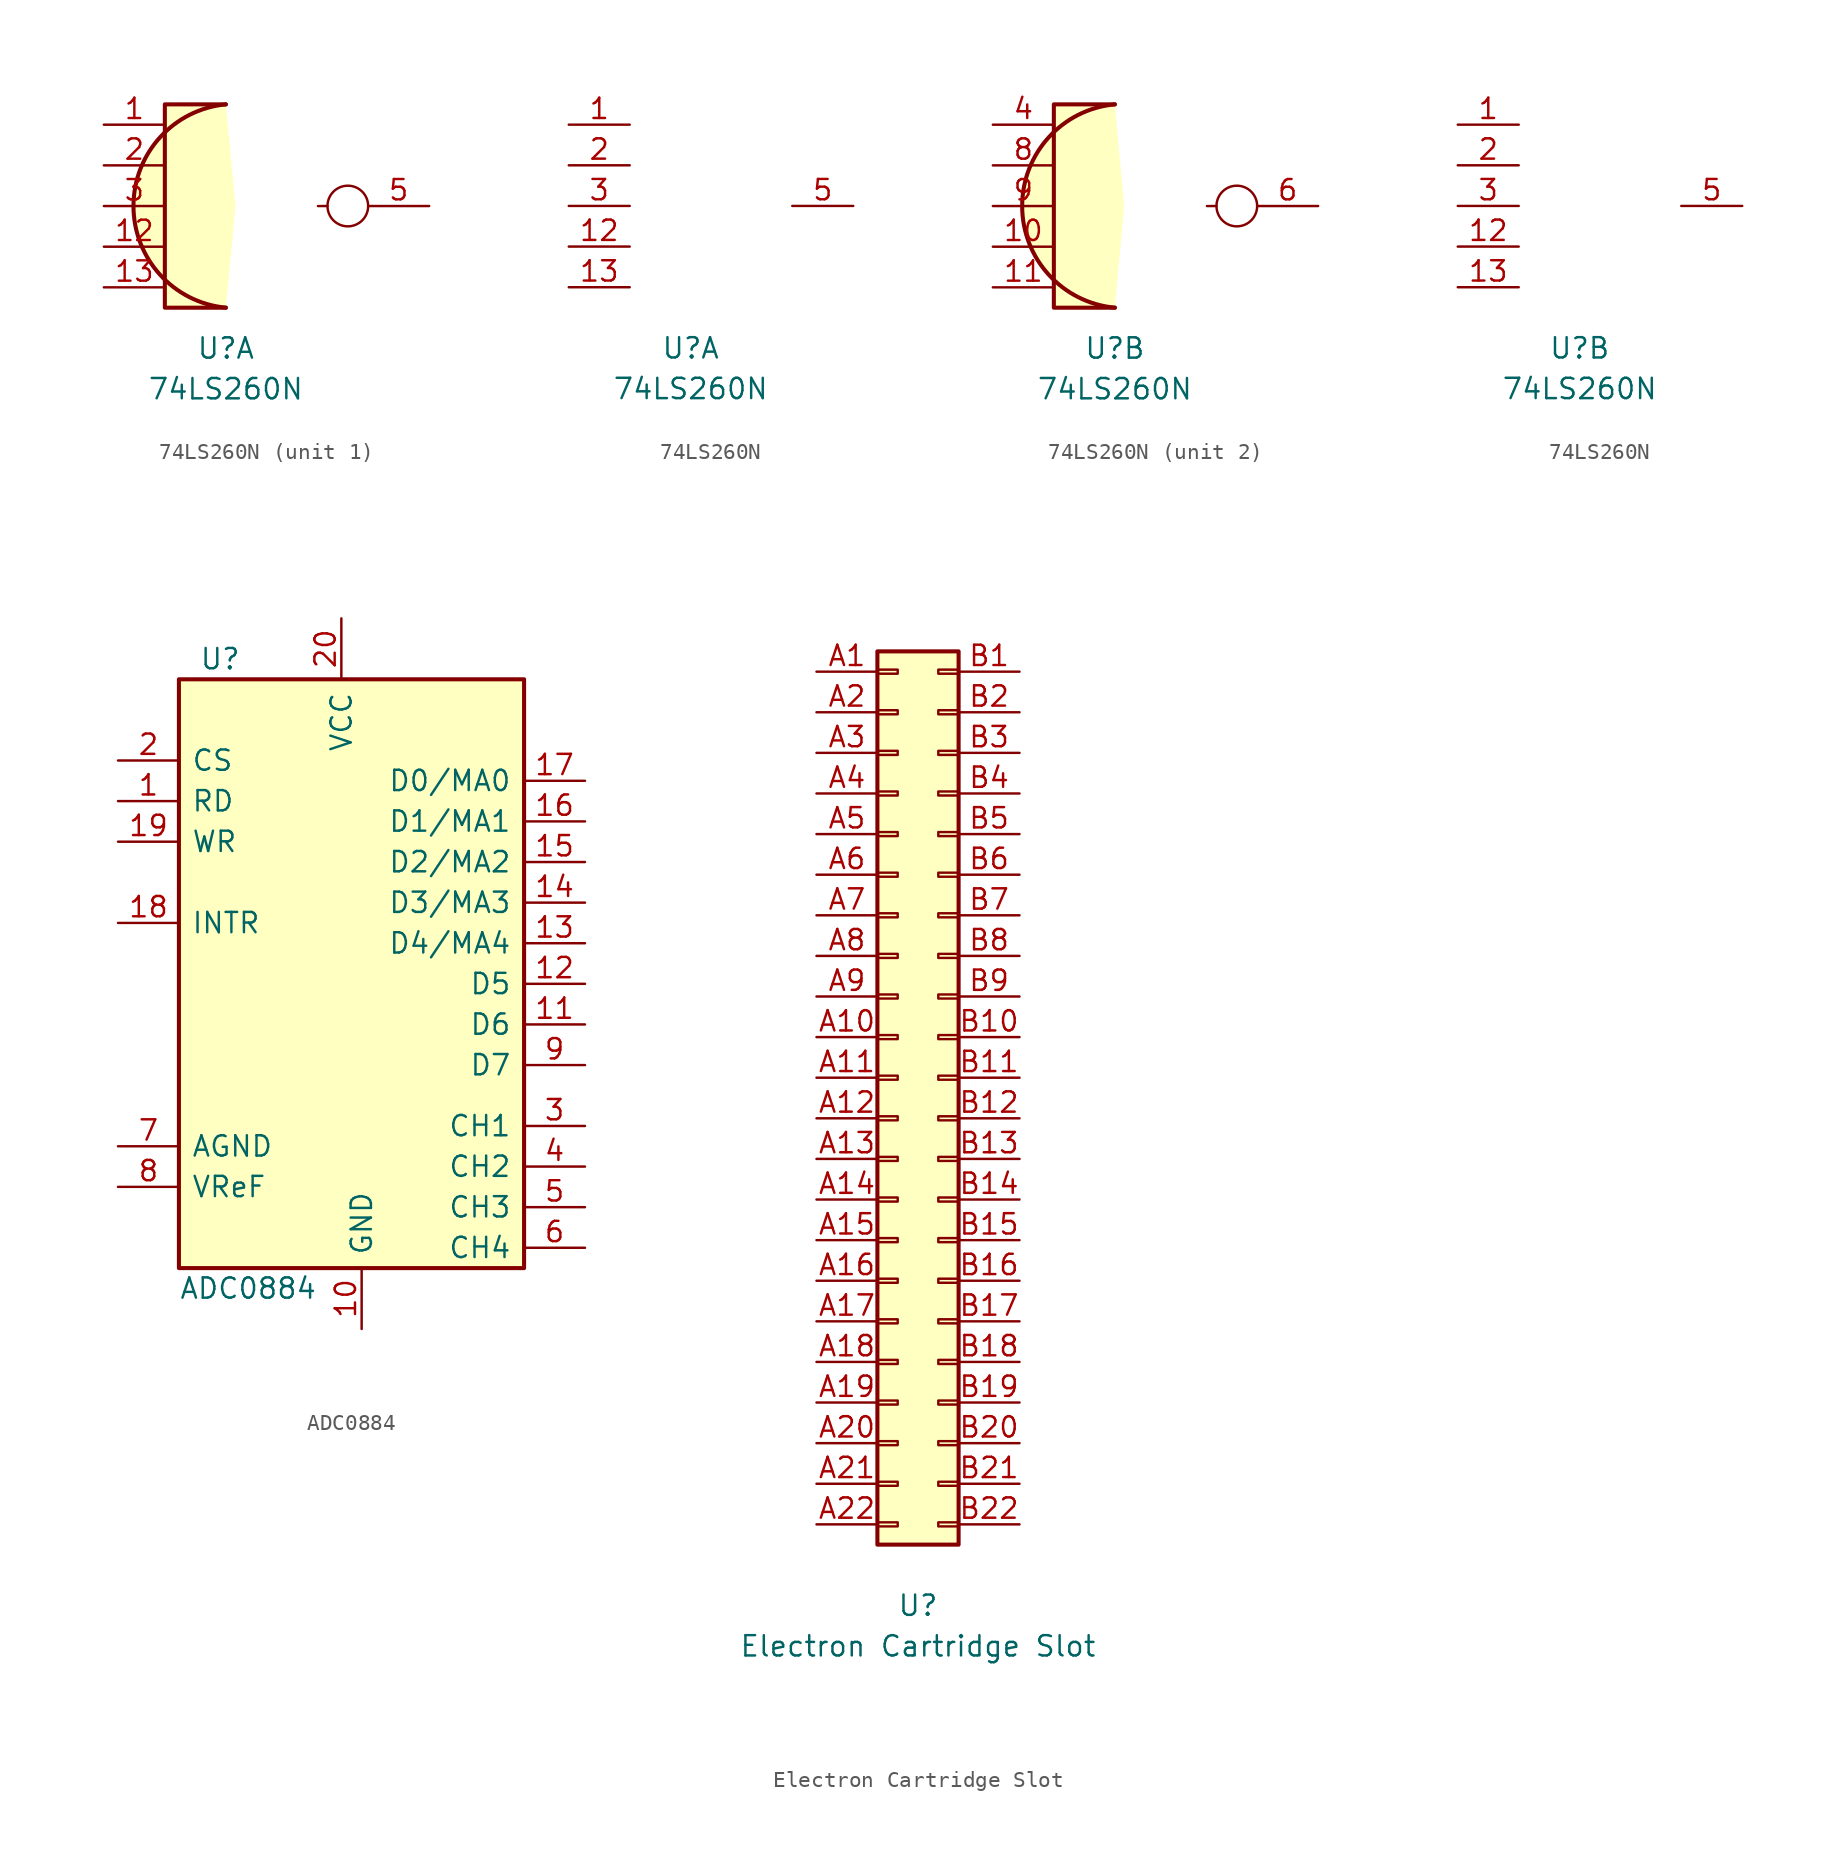
<source format=kicad_sym>
(kicad_symbol_lib
  (version 20211014)
  (generator kicad_symbol_editor)
  (symbol "74LS260N"
    (property "Reference" "U"
      (at 0 -3.81 0)
      (effects (font (size 1.27 1.27))))
    (property "Value" "74LS260N"
      (at 0 -6.35 0)
      (effects (font (size 1.27 1.27))))
    (symbol "74LS260N_0_1"
      (polyline (pts (xy 6.35 5.08) (xy 5.755 5.077)) (stroke (width 0) (type default) (color 0 0 0 0)) (fill (type none)))
      (circle (center 7.62 5.08) (radius 1.27) (stroke (width 0) (type default) (color 0 0 0 0)) (fill (type none))))
    (symbol "74LS260N_1_1"
      (polyline (pts (xy 0 11.43) (xy -3.81 11.43) (xy -3.81 -1.27) (xy 0 -1.27)) (stroke (width 0.254) (type default) (color 0 0 0 0)) (fill (type background)))
      (arc (start 0 11.43) (mid -6.9889 5.08) (end 0 -1.27) (stroke (width 0.254) (type default) (color 0 0 0 0)) (fill (type background)))
      (pin input line (at -7.62 10.16 0) (length 3.81) (name "~" (effects (font (size 1.27 1.27)))) (number "1" (effects (font (size 1.27 1.27)))) (alternate "4" input line))
      (pin input line (at -7.62 2.54 0) (length 3.81) (name "~" (effects (font (size 1.27 1.27)))) (number "12" (effects (font (size 1.27 1.27)))) (alternate "10" input line))
      (pin input line (at -7.62 0 0) (length 3.81) (name "~" (effects (font (size 1.27 1.27)))) (number "13" (effects (font (size 1.27 1.27)))) (alternate "11" input line))
      (pin input line (at -7.62 7.62 0) (length 3.81) (name "~" (effects (font (size 1.27 1.27)))) (number "2" (effects (font (size 1.27 1.27)))) (alternate "8" input line))
      (pin input line (at -7.62 5.08 0) (length 3.81) (name "~" (effects (font (size 1.27 1.27)))) (number "3" (effects (font (size 1.27 1.27)))) (alternate "9" input line))
      (pin output line (at 12.7 5.08 180) (length 3.81) (name "" (effects (font (size 1.27 1.27)))) (number "5" (effects (font (size 1.27 1.27))))))
    (symbol "74LS260N_1_2"
      (pin input line (at -7.62 10.16 0) (length 3.81) (name "~" (effects (font (size 1.27 1.27)))) (number "1" (effects (font (size 1.27 1.27)))) (alternate "4" input line))
      (pin input line (at -7.62 2.54 0) (length 3.81) (name "~" (effects (font (size 1.27 1.27)))) (number "12" (effects (font (size 1.27 1.27)))) (alternate "10" input line))
      (pin input line (at -7.62 0 0) (length 3.81) (name "~" (effects (font (size 1.27 1.27)))) (number "13" (effects (font (size 1.27 1.27)))) (alternate "11" input line))
      (pin input line (at -7.62 7.62 0) (length 3.81) (name "~" (effects (font (size 1.27 1.27)))) (number "2" (effects (font (size 1.27 1.27)))) (alternate "8" input line))
      (pin input line (at -7.62 5.08 0) (length 3.81) (name "~" (effects (font (size 1.27 1.27)))) (number "3" (effects (font (size 1.27 1.27)))) (alternate "9" input line))
      (pin output line (at 10.16 5.08 180) (length 3.81) (name "~" (effects (font (size 1.27 1.27)))) (number "5" (effects (font (size 1.27 1.27)))) (alternate "6" output line)))
    (symbol "74LS260N_2_1"
      (polyline (pts (xy 0 11.43) (xy -3.81 11.43) (xy -3.81 -1.27) (xy 0 -1.27)) (stroke (width 0.254) (type default) (color 0 0 0 0)) (fill (type background)))
      (arc (start 0 11.43) (mid -6.9656 5.08) (end 0 -1.27) (stroke (width 0.254) (type default) (color 0 0 0 0)) (fill (type background)))
      (pin input line (at -7.62 2.54 0) (length 3.81) (name "~" (effects (font (size 1.27 1.27)))) (number "10" (effects (font (size 1.27 1.27)))) (alternate "10" input line))
      (pin input line (at -7.62 0 0) (length 3.81) (name "~" (effects (font (size 1.27 1.27)))) (number "11" (effects (font (size 1.27 1.27)))) (alternate "11" input line))
      (pin input line (at -7.62 10.16 0) (length 3.81) (name "~" (effects (font (size 1.27 1.27)))) (number "4" (effects (font (size 1.27 1.27)))) (alternate "4" input line))
      (pin output line (at 12.7 5.08 180) (length 3.81) (name "" (effects (font (size 1.27 1.27)))) (number "6" (effects (font (size 1.27 1.27)))))
      (pin input line (at -7.62 7.62 0) (length 3.81) (name "~" (effects (font (size 1.27 1.27)))) (number "8" (effects (font (size 1.27 1.27)))) (alternate "8" input line))
      (pin input line (at -7.62 5.08 0) (length 3.81) (name "~" (effects (font (size 1.27 1.27)))) (number "9" (effects (font (size 1.27 1.27)))) (alternate "9" input line)))
    (symbol "74LS260N_2_2"
      (pin input line (at -7.62 10.16 0) (length 3.81) (name "~" (effects (font (size 1.27 1.27)))) (number "1" (effects (font (size 1.27 1.27)))))
      (pin input line (at -7.62 2.54 0) (length 3.81) (name "~" (effects (font (size 1.27 1.27)))) (number "12" (effects (font (size 1.27 1.27)))))
      (pin input line (at -7.62 0 0) (length 3.81) (name "~" (effects (font (size 1.27 1.27)))) (number "13" (effects (font (size 1.27 1.27)))))
      (pin input line (at -7.62 7.62 0) (length 3.81) (name "~" (effects (font (size 1.27 1.27)))) (number "2" (effects (font (size 1.27 1.27)))))
      (pin input line (at -7.62 5.08 0) (length 3.81) (name "~" (effects (font (size 1.27 1.27)))) (number "3" (effects (font (size 1.27 1.27)))))
      (pin output line (at 10.16 5.08 180) (length 3.81) (name "~" (effects (font (size 1.27 1.27)))) (number "5" (effects (font (size 1.27 1.27)))))))
  (symbol "ADC0884"
    (pin_names
      (offset 0.762))
    (property "Reference" "U"
      (at -6.35 17.78 0)
      (effects (font (size 1.27 1.27)) (justify left)))
    (property "Value" "ADC0884"
      (at -7.62 -21.59 0)
      (effects (font (size 1.27 1.27)) (justify left)))
    (symbol "ADC0884_0_1"
      (rectangle (start -7.62 16.51) (end 13.97 -20.32) (stroke (width 0.254) (type default) (color 0 0 0 0)) (fill (type background))))
    (symbol "ADC0884_1_1"
      (pin input line (at -11.43 8.89 0) (length 3.81) (name "RD" (effects (font (size 1.27 1.27)))) (number "1" (effects (font (size 1.27 1.27)))))
      (pin power_in line (at 3.81 -24.13 90) (length 3.81) (name "GND" (effects (font (size 1.27 1.27)))) (number "10" (effects (font (size 1.27 1.27)))))
      (pin output line (at 17.78 -5.08 180) (length 3.81) (name "D6" (effects (font (size 1.27 1.27)))) (number "11" (effects (font (size 1.27 1.27)))))
      (pin output line (at 17.78 -2.54 180) (length 3.81) (name "D5" (effects (font (size 1.27 1.27)))) (number "12" (effects (font (size 1.27 1.27)))))
      (pin output line (at 17.78 0 180) (length 3.81) (name "D4/MA4" (effects (font (size 1.27 1.27)))) (number "13" (effects (font (size 1.27 1.27)))))
      (pin output line (at 17.78 2.54 180) (length 3.81) (name "D3/MA3" (effects (font (size 1.27 1.27)))) (number "14" (effects (font (size 1.27 1.27)))))
      (pin output line (at 17.78 5.08 180) (length 3.81) (name "D2/MA2" (effects (font (size 1.27 1.27)))) (number "15" (effects (font (size 1.27 1.27)))))
      (pin output line (at 17.78 7.62 180) (length 3.81) (name "D1/MA1" (effects (font (size 1.27 1.27)))) (number "16" (effects (font (size 1.27 1.27)))))
      (pin output line (at 17.78 10.16 180) (length 3.81) (name "D0/MA0" (effects (font (size 1.27 1.27)))) (number "17" (effects (font (size 1.27 1.27)))))
      (pin output line (at -11.43 1.27 0) (length 3.81) (name "INTR" (effects (font (size 1.27 1.27)))) (number "18" (effects (font (size 1.27 1.27)))))
      (pin input line (at -11.43 6.35 0) (length 3.81) (name "WR" (effects (font (size 1.27 1.27)))) (number "19" (effects (font (size 1.27 1.27)))))
      (pin input line (at -11.43 11.43 0) (length 3.81) (name "CS" (effects (font (size 1.27 1.27)))) (number "2" (effects (font (size 1.27 1.27)))))
      (pin power_in line (at 2.54 20.32 270) (length 3.81) (name "VCC" (effects (font (size 1.27 1.27)))) (number "20" (effects (font (size 1.27 1.27)))))
      (pin input line (at 17.78 -11.43 180) (length 3.81) (name "CH1" (effects (font (size 1.27 1.27)))) (number "3" (effects (font (size 1.27 1.27)))))
      (pin input line (at 17.78 -13.97 180) (length 3.81) (name "CH2" (effects (font (size 1.27 1.27)))) (number "4" (effects (font (size 1.27 1.27)))))
      (pin input line (at 17.78 -16.51 180) (length 3.81) (name "CH3" (effects (font (size 1.27 1.27)))) (number "5" (effects (font (size 1.27 1.27)))))
      (pin input line (at 17.78 -19.05 180) (length 3.81) (name "CH4" (effects (font (size 1.27 1.27)))) (number "6" (effects (font (size 1.27 1.27)))))
      (pin power_in line (at -11.43 -12.7 0) (length 3.81) (name "AGND" (effects (font (size 1.27 1.27)))) (number "7" (effects (font (size 1.27 1.27)))))
      (pin power_in line (at -11.43 -15.24 0) (length 3.81) (name "VReF" (effects (font (size 1.27 1.27)))) (number "8" (effects (font (size 1.27 1.27)))))
      (pin output line (at 17.78 -7.62 180) (length 3.81) (name "D7" (effects (font (size 1.27 1.27)))) (number "9" (effects (font (size 1.27 1.27)))))))
  (symbol "Electron Cartridge Slot"
    (pin_names hide)
    (property "Reference" "U"
      (at 0 0 0)
      (effects (font (size 1.27 1.27))))
    (property "Value" "Electron Cartridge Slot"
      (at 0 -2.54 0)
      (effects (font (size 1.27 1.27))))
    (symbol "Electron Cartridge Slot_1_1"
      (rectangle (start -2.54 5.207) (end -1.27 4.953) (stroke (width 0.152) (type default) (color 0 0 0 0)) (fill (type none)))
      (rectangle (start -2.54 7.747) (end -1.27 7.493) (stroke (width 0.152) (type default) (color 0 0 0 0)) (fill (type none)))
      (rectangle (start -2.54 10.287) (end -1.27 10.033) (stroke (width 0.152) (type default) (color 0 0 0 0)) (fill (type none)))
      (rectangle (start -2.54 12.827) (end -1.27 12.573) (stroke (width 0.152) (type default) (color 0 0 0 0)) (fill (type none)))
      (rectangle (start -2.54 15.367) (end -1.27 15.113) (stroke (width 0.152) (type default) (color 0 0 0 0)) (fill (type none)))
      (rectangle (start -2.54 17.907) (end -1.27 17.653) (stroke (width 0.152) (type default) (color 0 0 0 0)) (fill (type none)))
      (rectangle (start -2.54 20.447) (end -1.27 20.193) (stroke (width 0.152) (type default) (color 0 0 0 0)) (fill (type none)))
      (rectangle (start -2.54 22.987) (end -1.27 22.733) (stroke (width 0.152) (type default) (color 0 0 0 0)) (fill (type none)))
      (rectangle (start -2.54 25.527) (end -1.27 25.273) (stroke (width 0.152) (type default) (color 0 0 0 0)) (fill (type none)))
      (rectangle (start -2.54 28.067) (end -1.27 27.813) (stroke (width 0.152) (type default) (color 0 0 0 0)) (fill (type none)))
      (rectangle (start -2.54 30.607) (end -1.27 30.353) (stroke (width 0.152) (type default) (color 0 0 0 0)) (fill (type none)))
      (rectangle (start -2.54 33.147) (end -1.27 32.893) (stroke (width 0.152) (type default) (color 0 0 0 0)) (fill (type none)))
      (rectangle (start -2.54 35.687) (end -1.27 35.433) (stroke (width 0.152) (type default) (color 0 0 0 0)) (fill (type none)))
      (rectangle (start -2.54 38.227) (end -1.27 37.973) (stroke (width 0.152) (type default) (color 0 0 0 0)) (fill (type none)))
      (rectangle (start -2.54 40.767) (end -1.27 40.513) (stroke (width 0.152) (type default) (color 0 0 0 0)) (fill (type none)))
      (rectangle (start -2.54 43.307) (end -1.27 43.053) (stroke (width 0.152) (type default) (color 0 0 0 0)) (fill (type none)))
      (rectangle (start -2.54 45.847) (end -1.27 45.593) (stroke (width 0.152) (type default) (color 0 0 0 0)) (fill (type none)))
      (rectangle (start -2.54 48.387) (end -1.27 48.133) (stroke (width 0.152) (type default) (color 0 0 0 0)) (fill (type none)))
      (rectangle (start -2.54 50.927) (end -1.27 50.673) (stroke (width 0.152) (type default) (color 0 0 0 0)) (fill (type none)))
      (rectangle (start -2.54 53.467) (end -1.27 53.213) (stroke (width 0.152) (type default) (color 0 0 0 0)) (fill (type none)))
      (rectangle (start -2.54 56.007) (end -1.27 55.753) (stroke (width 0.152) (type default) (color 0 0 0 0)) (fill (type none)))
      (rectangle (start -2.54 58.547) (end -1.27 58.293) (stroke (width 0.152) (type default) (color 0 0 0 0)) (fill (type none)))
      (rectangle (start -2.54 59.69) (end 2.54 3.81) (stroke (width 0.254) (type default) (color 0 0 0 0)) (fill (type background)))
      (rectangle (start 2.54 5.207) (end 1.27 4.953) (stroke (width 0.152) (type default) (color 0 0 0 0)) (fill (type none)))
      (rectangle (start 2.54 7.747) (end 1.27 7.493) (stroke (width 0.152) (type default) (color 0 0 0 0)) (fill (type none)))
      (rectangle (start 2.54 10.287) (end 1.27 10.033) (stroke (width 0.152) (type default) (color 0 0 0 0)) (fill (type none)))
      (rectangle (start 2.54 12.827) (end 1.27 12.573) (stroke (width 0.152) (type default) (color 0 0 0 0)) (fill (type none)))
      (rectangle (start 2.54 15.367) (end 1.27 15.113) (stroke (width 0.152) (type default) (color 0 0 0 0)) (fill (type none)))
      (rectangle (start 2.54 17.907) (end 1.27 17.653) (stroke (width 0.152) (type default) (color 0 0 0 0)) (fill (type none)))
      (rectangle (start 2.54 20.447) (end 1.27 20.193) (stroke (width 0.152) (type default) (color 0 0 0 0)) (fill (type none)))
      (rectangle (start 2.54 22.987) (end 1.27 22.733) (stroke (width 0.152) (type default) (color 0 0 0 0)) (fill (type none)))
      (rectangle (start 2.54 25.527) (end 1.27 25.273) (stroke (width 0.152) (type default) (color 0 0 0 0)) (fill (type none)))
      (rectangle (start 2.54 28.067) (end 1.27 27.813) (stroke (width 0.152) (type default) (color 0 0 0 0)) (fill (type none)))
      (rectangle (start 2.54 30.607) (end 1.27 30.353) (stroke (width 0.152) (type default) (color 0 0 0 0)) (fill (type none)))
      (rectangle (start 2.54 33.147) (end 1.27 32.893) (stroke (width 0.152) (type default) (color 0 0 0 0)) (fill (type none)))
      (rectangle (start 2.54 35.687) (end 1.27 35.433) (stroke (width 0.152) (type default) (color 0 0 0 0)) (fill (type none)))
      (rectangle (start 2.54 38.227) (end 1.27 37.973) (stroke (width 0.152) (type default) (color 0 0 0 0)) (fill (type none)))
      (rectangle (start 2.54 40.767) (end 1.27 40.513) (stroke (width 0.152) (type default) (color 0 0 0 0)) (fill (type none)))
      (rectangle (start 2.54 43.307) (end 1.27 43.053) (stroke (width 0.152) (type default) (color 0 0 0 0)) (fill (type none)))
      (rectangle (start 2.54 45.847) (end 1.27 45.593) (stroke (width 0.152) (type default) (color 0 0 0 0)) (fill (type none)))
      (rectangle (start 2.54 48.387) (end 1.27 48.133) (stroke (width 0.152) (type default) (color 0 0 0 0)) (fill (type none)))
      (rectangle (start 2.54 50.927) (end 1.27 50.673) (stroke (width 0.152) (type default) (color 0 0 0 0)) (fill (type none)))
      (rectangle (start 2.54 53.467) (end 1.27 53.213) (stroke (width 0.152) (type default) (color 0 0 0 0)) (fill (type none)))
      (rectangle (start 2.54 56.007) (end 1.27 55.753) (stroke (width 0.152) (type default) (color 0 0 0 0)) (fill (type none)))
      (rectangle (start 2.54 58.547) (end 1.27 58.293) (stroke (width 0.152) (type default) (color 0 0 0 0)) (fill (type none)))
      (pin passive line (at -6.35 58.42 0) (length 3.81) (name "Pin_a1" (effects (font (size 1.27 1.27)))) (number "A1" (effects (font (size 1.27 1.27)))))
      (pin passive line (at -6.35 35.56 0) (length 3.81) (name "Pin_a10" (effects (font (size 1.27 1.27)))) (number "A10" (effects (font (size 1.27 1.27)))))
      (pin passive line (at -6.35 33.02 0) (length 3.81) (name "Pin_a11" (effects (font (size 1.27 1.27)))) (number "A11" (effects (font (size 1.27 1.27)))))
      (pin passive line (at -6.35 30.48 0) (length 3.81) (name "Pin_a12" (effects (font (size 1.27 1.27)))) (number "A12" (effects (font (size 1.27 1.27)))))
      (pin passive line (at -6.35 27.94 0) (length 3.81) (name "Pin_a13" (effects (font (size 1.27 1.27)))) (number "A13" (effects (font (size 1.27 1.27)))))
      (pin passive line (at -6.35 25.4 0) (length 3.81) (name "Pin_a14" (effects (font (size 1.27 1.27)))) (number "A14" (effects (font (size 1.27 1.27)))))
      (pin passive line (at -6.35 22.86 0) (length 3.81) (name "Pin_a15" (effects (font (size 1.27 1.27)))) (number "A15" (effects (font (size 1.27 1.27)))))
      (pin passive line (at -6.35 20.32 0) (length 3.81) (name "Pin_a16" (effects (font (size 1.27 1.27)))) (number "A16" (effects (font (size 1.27 1.27)))))
      (pin passive line (at -6.35 17.78 0) (length 3.81) (name "Pin_a17" (effects (font (size 1.27 1.27)))) (number "A17" (effects (font (size 1.27 1.27)))))
      (pin passive line (at -6.35 15.24 0) (length 3.81) (name "Pin_a18" (effects (font (size 1.27 1.27)))) (number "A18" (effects (font (size 1.27 1.27)))))
      (pin passive line (at -6.35 12.7 0) (length 3.81) (name "Pin_a19" (effects (font (size 1.27 1.27)))) (number "A19" (effects (font (size 1.27 1.27)))))
      (pin passive line (at -6.35 55.88 0) (length 3.81) (name "Pin_a2" (effects (font (size 1.27 1.27)))) (number "A2" (effects (font (size 1.27 1.27)))))
      (pin passive line (at -6.35 10.16 0) (length 3.81) (name "Pin_a20" (effects (font (size 1.27 1.27)))) (number "A20" (effects (font (size 1.27 1.27)))))
      (pin passive line (at -6.35 7.62 0) (length 3.81) (name "Pin_a21" (effects (font (size 1.27 1.27)))) (number "A21" (effects (font (size 1.27 1.27)))))
      (pin passive line (at -6.35 5.08 0) (length 3.81) (name "Pin_a22" (effects (font (size 1.27 1.27)))) (number "A22" (effects (font (size 1.27 1.27)))))
      (pin passive line (at -6.35 53.34 0) (length 3.81) (name "Pin_a3" (effects (font (size 1.27 1.27)))) (number "A3" (effects (font (size 1.27 1.27)))))
      (pin passive line (at -6.35 50.8 0) (length 3.81) (name "Pin_a4" (effects (font (size 1.27 1.27)))) (number "A4" (effects (font (size 1.27 1.27)))))
      (pin passive line (at -6.35 48.26 0) (length 3.81) (name "Pin_a5" (effects (font (size 1.27 1.27)))) (number "A5" (effects (font (size 1.27 1.27)))))
      (pin passive line (at -6.35 45.72 0) (length 3.81) (name "Pin_a6" (effects (font (size 1.27 1.27)))) (number "A6" (effects (font (size 1.27 1.27)))))
      (pin passive line (at -6.35 43.18 0) (length 3.81) (name "Pin_a7" (effects (font (size 1.27 1.27)))) (number "A7" (effects (font (size 1.27 1.27)))))
      (pin passive line (at -6.35 40.64 0) (length 3.81) (name "Pin_a8" (effects (font (size 1.27 1.27)))) (number "A8" (effects (font (size 1.27 1.27)))))
      (pin passive line (at -6.35 38.1 0) (length 3.81) (name "Pin_a9" (effects (font (size 1.27 1.27)))) (number "A9" (effects (font (size 1.27 1.27)))))
      (pin passive line (at 6.35 58.42 180) (length 3.81) (name "Pin_b1" (effects (font (size 1.27 1.27)))) (number "B1" (effects (font (size 1.27 1.27)))))
      (pin passive line (at 6.35 35.56 180) (length 3.81) (name "Pin_b10" (effects (font (size 1.27 1.27)))) (number "B10" (effects (font (size 1.27 1.27)))))
      (pin passive line (at 6.35 33.02 180) (length 3.81) (name "Pin_b11" (effects (font (size 1.27 1.27)))) (number "B11" (effects (font (size 1.27 1.27)))))
      (pin passive line (at 6.35 30.48 180) (length 3.81) (name "Pin_b12" (effects (font (size 1.27 1.27)))) (number "B12" (effects (font (size 1.27 1.27)))))
      (pin passive line (at 6.35 27.94 180) (length 3.81) (name "Pin_b13" (effects (font (size 1.27 1.27)))) (number "B13" (effects (font (size 1.27 1.27)))))
      (pin passive line (at 6.35 25.4 180) (length 3.81) (name "Pin_b14" (effects (font (size 1.27 1.27)))) (number "B14" (effects (font (size 1.27 1.27)))))
      (pin passive line (at 6.35 22.86 180) (length 3.81) (name "Pin_b15" (effects (font (size 1.27 1.27)))) (number "B15" (effects (font (size 1.27 1.27)))))
      (pin passive line (at 6.35 20.32 180) (length 3.81) (name "Pin_b16" (effects (font (size 1.27 1.27)))) (number "B16" (effects (font (size 1.27 1.27)))))
      (pin passive line (at 6.35 17.78 180) (length 3.81) (name "Pin_b17" (effects (font (size 1.27 1.27)))) (number "B17" (effects (font (size 1.27 1.27)))))
      (pin passive line (at 6.35 15.24 180) (length 3.81) (name "Pin_b18" (effects (font (size 1.27 1.27)))) (number "B18" (effects (font (size 1.27 1.27)))))
      (pin passive line (at 6.35 12.7 180) (length 3.81) (name "Pin_b19" (effects (font (size 1.27 1.27)))) (number "B19" (effects (font (size 1.27 1.27)))))
      (pin passive line (at 6.35 55.88 180) (length 3.81) (name "Pin_b2" (effects (font (size 1.27 1.27)))) (number "B2" (effects (font (size 1.27 1.27)))))
      (pin passive line (at 6.35 10.16 180) (length 3.81) (name "Pin_b20" (effects (font (size 1.27 1.27)))) (number "B20" (effects (font (size 1.27 1.27)))))
      (pin passive line (at 6.35 7.62 180) (length 3.81) (name "Pin_b21" (effects (font (size 1.27 1.27)))) (number "B21" (effects (font (size 1.27 1.27)))))
      (pin passive line (at 6.35 5.08 180) (length 3.81) (name "B22" (effects (font (size 1.27 1.27)))) (number "B22" (effects (font (size 1.27 1.27)))))
      (pin passive line (at 6.35 53.34 180) (length 3.81) (name "Pin_b3" (effects (font (size 1.27 1.27)))) (number "B3" (effects (font (size 1.27 1.27)))))
      (pin passive line (at 6.35 50.8 180) (length 3.81) (name "Pin_b4" (effects (font (size 1.27 1.27)))) (number "B4" (effects (font (size 1.27 1.27)))))
      (pin passive line (at 6.35 48.26 180) (length 3.81) (name "B5" (effects (font (size 1.27 1.27)))) (number "B5" (effects (font (size 1.27 1.27)))))
      (pin passive line (at 6.35 45.72 180) (length 3.81) (name "Pin_b6" (effects (font (size 1.27 1.27)))) (number "B6" (effects (font (size 1.27 1.27)))))
      (pin passive line (at 6.35 43.18 180) (length 3.81) (name "Pin_b7" (effects (font (size 1.27 1.27)))) (number "B7" (effects (font (size 1.27 1.27)))))
      (pin passive line (at 6.35 40.64 180) (length 3.81) (name "Pin_b8" (effects (font (size 1.27 1.27)))) (number "B8" (effects (font (size 1.27 1.27)))))
      (pin passive line (at 6.35 38.1 180) (length 3.81) (name "Pin_b9" (effects (font (size 1.27 1.27)))) (number "B9" (effects (font (size 1.27 1.27))))))))
</source>
